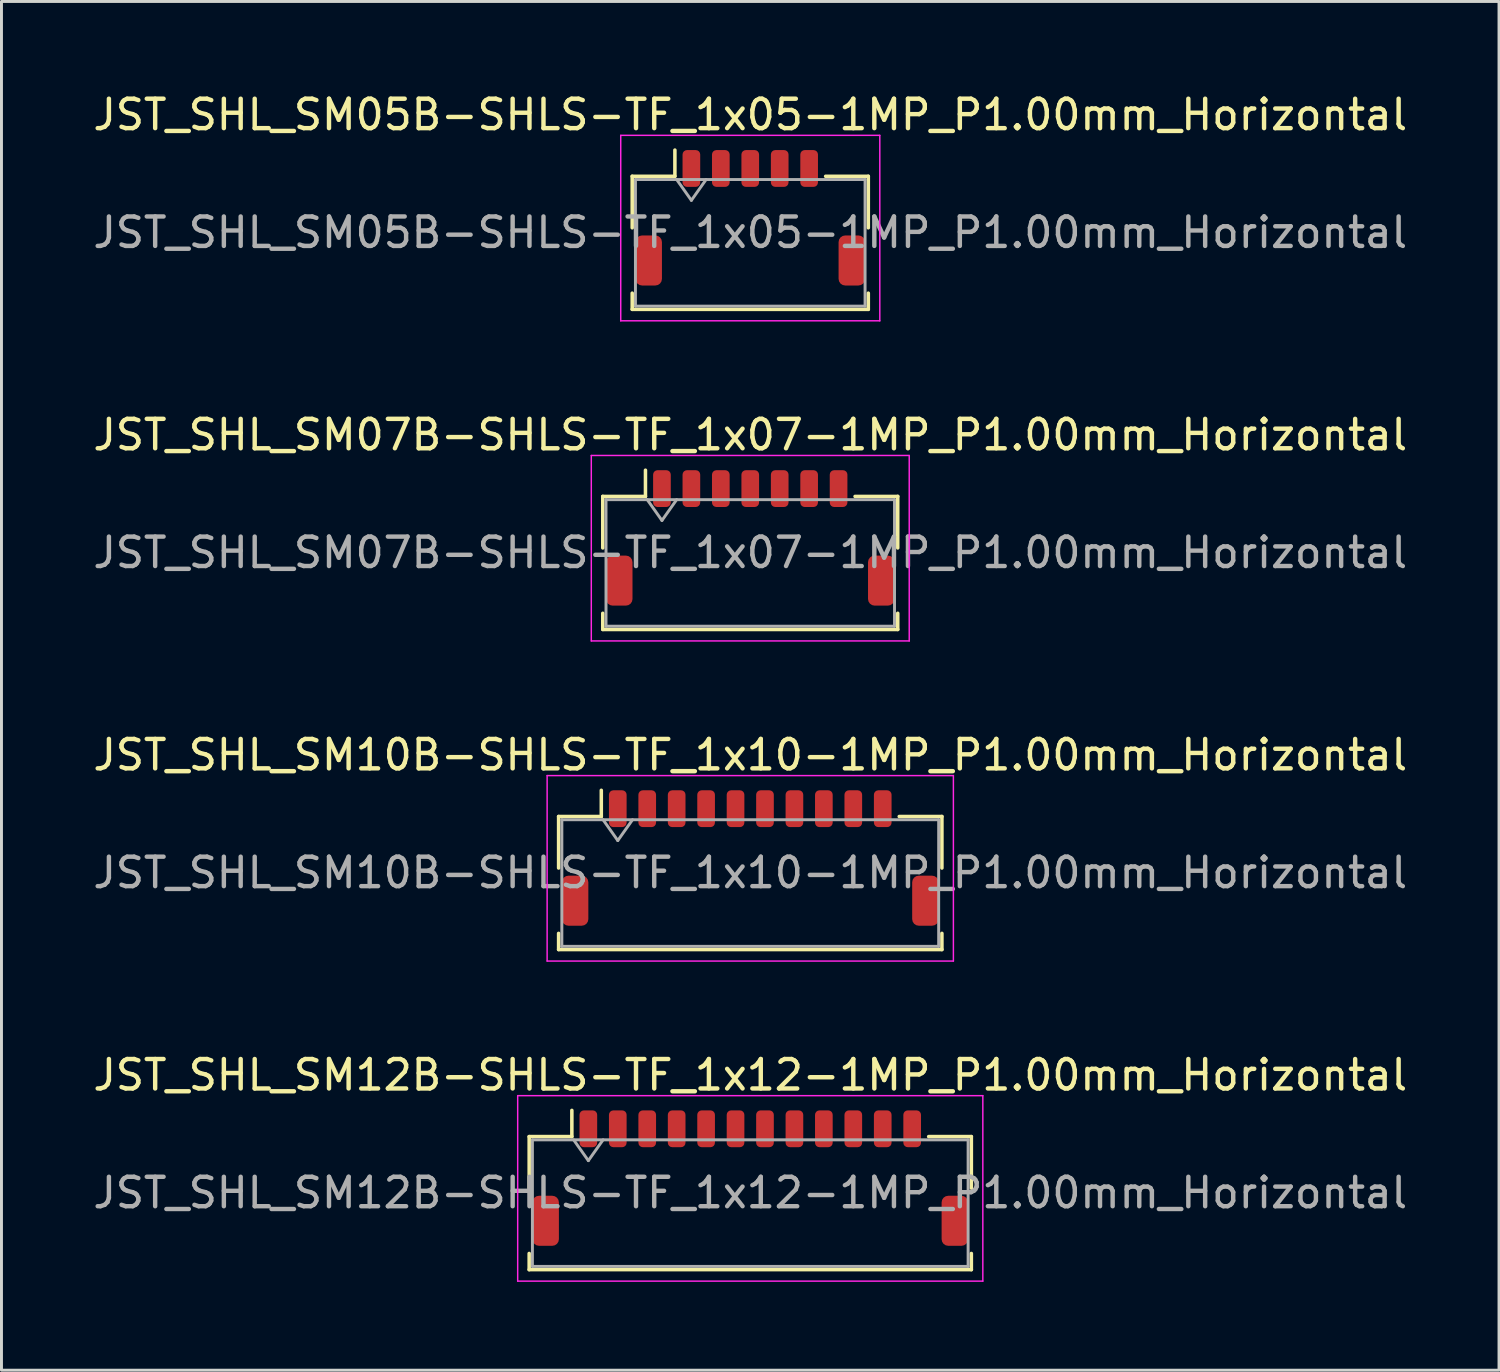
<source format=kicad_pcb>
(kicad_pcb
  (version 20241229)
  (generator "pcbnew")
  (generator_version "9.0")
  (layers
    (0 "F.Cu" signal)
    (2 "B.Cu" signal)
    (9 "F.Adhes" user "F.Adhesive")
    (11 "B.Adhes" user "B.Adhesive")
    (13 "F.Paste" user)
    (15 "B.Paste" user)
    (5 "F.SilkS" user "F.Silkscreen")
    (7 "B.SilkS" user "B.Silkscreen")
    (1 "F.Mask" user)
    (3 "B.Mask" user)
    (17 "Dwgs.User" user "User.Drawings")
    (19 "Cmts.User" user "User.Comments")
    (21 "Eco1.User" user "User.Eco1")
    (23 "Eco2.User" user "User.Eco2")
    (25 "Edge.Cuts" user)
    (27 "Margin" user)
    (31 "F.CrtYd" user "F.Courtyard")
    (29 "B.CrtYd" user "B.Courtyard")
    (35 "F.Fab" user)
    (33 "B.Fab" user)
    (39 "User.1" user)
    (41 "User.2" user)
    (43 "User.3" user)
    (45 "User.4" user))
  (footprint "JST_SHL_SM12B-SHLS-TF_1x12-1MP_P1.00mm_Horizontal"
    (layer "F.Cu")
    (at 22.435 36.968)
    (property "Reference" "JST_SHL_SM12B-SHLS-TF_1x12-1MP_P1.00mm_Horizontal" (at 0 -3.5 0) (layer "F.SilkS") (effects (font (size 1 1) (thickness 0.15))))
    (attr smd)
    (fp_line (start -7.51 -1.41) (end -6.06 -1.41) (stroke (width 0.12) (type solid)) (layer "F.SilkS"))
    (fp_line (start -7.51 0.34) (end -7.51 -1.41) (stroke (width 0.12) (type solid)) (layer "F.SilkS"))
    (fp_line (start -7.51 2.56) (end -7.51 3.11) (stroke (width 0.12) (type solid)) (layer "F.SilkS"))
    (fp_line (start -7.51 3.11) (end 7.51 3.11) (stroke (width 0.12) (type solid)) (layer "F.SilkS"))
    (fp_line (start -6.06 -1.41) (end -6.06 -2.3) (stroke (width 0.12) (type solid)) (layer "F.SilkS"))
    (fp_line (start 7.51 -1.41) (end 6.06 -1.41) (stroke (width 0.12) (type solid)) (layer "F.SilkS"))
    (fp_line (start 7.51 0.34) (end 7.51 -1.41) (stroke (width 0.12) (type solid)) (layer "F.SilkS"))
    (fp_line (start 7.51 3.11) (end 7.51 2.56) (stroke (width 0.12) (type solid)) (layer "F.SilkS"))
    (fp_line (start -7.9 -2.8) (end -7.9 3.5) (stroke (width 0.05) (type solid)) (layer "F.CrtYd"))
    (fp_line (start -7.9 3.5) (end 7.9 3.5) (stroke (width 0.05) (type solid)) (layer "F.CrtYd"))
    (fp_line (start 7.9 -2.8) (end -7.9 -2.8) (stroke (width 0.05) (type solid)) (layer "F.CrtYd"))
    (fp_line (start 7.9 3.5) (end 7.9 -2.8) (stroke (width 0.05) (type solid)) (layer "F.CrtYd"))
    (fp_line (start -7.4 -1.3) (end -7.4 3) (stroke (width 0.1) (type solid)) (layer "F.Fab"))
    (fp_line (start -7.4 -1.3) (end 7.4 -1.3) (stroke (width 0.1) (type solid)) (layer "F.Fab"))
    (fp_line (start -7.4 3) (end 7.4 3) (stroke (width 0.1) (type solid)) (layer "F.Fab"))
    (fp_line (start -6 -1.3) (end -5.5 -0.593) (stroke (width 0.1) (type solid)) (layer "F.Fab"))
    (fp_line (start -5.5 -0.593) (end -5 -1.3) (stroke (width 0.1) (type solid)) (layer "F.Fab"))
    (fp_line (start 7.4 -1.3) (end 7.4 3) (stroke (width 0.1) (type solid)) (layer "F.Fab"))
    (fp_text user "${REFERENCE}" (at 0 0.5 0) (layer "F.Fab") (effects (font (size 1 1) (thickness 0.15))))
    (pad "1" smd roundrect (at -5.5 -1.675) (size 0.6 1.25) (layers "F.Cu" "F.Mask" "F.Paste") (roundrect_rratio 0.25))
    (pad "2" smd roundrect (at -4.5 -1.675) (size 0.6 1.25) (layers "F.Cu" "F.Mask" "F.Paste") (roundrect_rratio 0.25))
    (pad "3" smd roundrect (at -3.5 -1.675) (size 0.6 1.25) (layers "F.Cu" "F.Mask" "F.Paste") (roundrect_rratio 0.25))
    (pad "4" smd roundrect (at -2.5 -1.675) (size 0.6 1.25) (layers "F.Cu" "F.Mask" "F.Paste") (roundrect_rratio 0.25))
    (pad "5" smd roundrect (at -1.5 -1.675) (size 0.6 1.25) (layers "F.Cu" "F.Mask" "F.Paste") (roundrect_rratio 0.25))
    (pad "6" smd roundrect (at -0.5 -1.675) (size 0.6 1.25) (layers "F.Cu" "F.Mask" "F.Paste") (roundrect_rratio 0.25))
    (pad "7" smd roundrect (at 0.5 -1.675) (size 0.6 1.25) (layers "F.Cu" "F.Mask" "F.Paste") (roundrect_rratio 0.25))
    (pad "8" smd roundrect (at 1.5 -1.675) (size 0.6 1.25) (layers "F.Cu" "F.Mask" "F.Paste") (roundrect_rratio 0.25))
    (pad "9" smd roundrect (at 2.5 -1.675) (size 0.6 1.25) (layers "F.Cu" "F.Mask" "F.Paste") (roundrect_rratio 0.25))
    (pad "10" smd roundrect (at 3.5 -1.675) (size 0.6 1.25) (layers "F.Cu" "F.Mask" "F.Paste") (roundrect_rratio 0.25))
    (pad "11" smd roundrect (at 4.5 -1.675) (size 0.6 1.25) (layers "F.Cu" "F.Mask" "F.Paste") (roundrect_rratio 0.25))
    (pad "12" smd roundrect (at 5.5 -1.675) (size 0.6 1.25) (layers "F.Cu" "F.Mask" "F.Paste") (roundrect_rratio 0.25))
    (pad "MP" smd roundrect (at -6.95 1.45) (size 0.9 1.7) (layers "F.Cu" "F.Mask" "F.Paste") (roundrect_rratio 0.25))
    (pad "MP" smd roundrect (at 6.95 1.45) (size 0.9 1.7) (layers "F.Cu" "F.Mask" "F.Paste") (roundrect_rratio 0.25)))
  (footprint "JST_SHL_SM07B-SHLS-TF_1x07-1MP_P1.00mm_Horizontal"
    (layer "F.Cu")
    (at 22.435 15.222)
    (property "Reference" "JST_SHL_SM07B-SHLS-TF_1x07-1MP_P1.00mm_Horizontal" (at 0 -3.5 0) (layer "F.SilkS") (effects (font (size 1 1) (thickness 0.15))))
    (attr smd)
    (fp_line (start -5.01 -1.41) (end -3.56 -1.41) (stroke (width 0.12) (type solid)) (layer "F.SilkS"))
    (fp_line (start -5.01 0.34) (end -5.01 -1.41) (stroke (width 0.12) (type solid)) (layer "F.SilkS"))
    (fp_line (start -5.01 2.56) (end -5.01 3.11) (stroke (width 0.12) (type solid)) (layer "F.SilkS"))
    (fp_line (start -5.01 3.11) (end 5.01 3.11) (stroke (width 0.12) (type solid)) (layer "F.SilkS"))
    (fp_line (start -3.56 -1.41) (end -3.56 -2.3) (stroke (width 0.12) (type solid)) (layer "F.SilkS"))
    (fp_line (start 5.01 -1.41) (end 3.56 -1.41) (stroke (width 0.12) (type solid)) (layer "F.SilkS"))
    (fp_line (start 5.01 0.34) (end 5.01 -1.41) (stroke (width 0.12) (type solid)) (layer "F.SilkS"))
    (fp_line (start 5.01 3.11) (end 5.01 2.56) (stroke (width 0.12) (type solid)) (layer "F.SilkS"))
    (fp_line (start -5.4 -2.8) (end -5.4 3.5) (stroke (width 0.05) (type solid)) (layer "F.CrtYd"))
    (fp_line (start -5.4 3.5) (end 5.4 3.5) (stroke (width 0.05) (type solid)) (layer "F.CrtYd"))
    (fp_line (start 5.4 -2.8) (end -5.4 -2.8) (stroke (width 0.05) (type solid)) (layer "F.CrtYd"))
    (fp_line (start 5.4 3.5) (end 5.4 -2.8) (stroke (width 0.05) (type solid)) (layer "F.CrtYd"))
    (fp_line (start -4.9 -1.3) (end -4.9 3) (stroke (width 0.1) (type solid)) (layer "F.Fab"))
    (fp_line (start -4.9 -1.3) (end 4.9 -1.3) (stroke (width 0.1) (type solid)) (layer "F.Fab"))
    (fp_line (start -4.9 3) (end 4.9 3) (stroke (width 0.1) (type solid)) (layer "F.Fab"))
    (fp_line (start -3.5 -1.3) (end -3 -0.593) (stroke (width 0.1) (type solid)) (layer "F.Fab"))
    (fp_line (start -3 -0.593) (end -2.5 -1.3) (stroke (width 0.1) (type solid)) (layer "F.Fab"))
    (fp_line (start 4.9 -1.3) (end 4.9 3) (stroke (width 0.1) (type solid)) (layer "F.Fab"))
    (fp_text user "${REFERENCE}" (at 0 0.5 0) (layer "F.Fab") (effects (font (size 1 1) (thickness 0.15))))
    (pad "1" smd roundrect (at -3 -1.675) (size 0.6 1.25) (layers "F.Cu" "F.Mask" "F.Paste") (roundrect_rratio 0.25))
    (pad "2" smd roundrect (at -2 -1.675) (size 0.6 1.25) (layers "F.Cu" "F.Mask" "F.Paste") (roundrect_rratio 0.25))
    (pad "3" smd roundrect (at -1 -1.675) (size 0.6 1.25) (layers "F.Cu" "F.Mask" "F.Paste") (roundrect_rratio 0.25))
    (pad "4" smd roundrect (at 0 -1.675) (size 0.6 1.25) (layers "F.Cu" "F.Mask" "F.Paste") (roundrect_rratio 0.25))
    (pad "5" smd roundrect (at 1 -1.675) (size 0.6 1.25) (layers "F.Cu" "F.Mask" "F.Paste") (roundrect_rratio 0.25))
    (pad "6" smd roundrect (at 2 -1.675) (size 0.6 1.25) (layers "F.Cu" "F.Mask" "F.Paste") (roundrect_rratio 0.25))
    (pad "7" smd roundrect (at 3 -1.675) (size 0.6 1.25) (layers "F.Cu" "F.Mask" "F.Paste") (roundrect_rratio 0.25))
    (pad "MP" smd roundrect (at -4.45 1.45) (size 0.9 1.7) (layers "F.Cu" "F.Mask" "F.Paste") (roundrect_rratio 0.25))
    (pad "MP" smd roundrect (at 4.45 1.45) (size 0.9 1.7) (layers "F.Cu" "F.Mask" "F.Paste") (roundrect_rratio 0.25)))
  (footprint "JST_SHL_SM10B-SHLS-TF_1x10-1MP_P1.00mm_Horizontal"
    (layer "F.Cu")
    (at 22.435 26.095)
    (property "Reference" "JST_SHL_SM10B-SHLS-TF_1x10-1MP_P1.00mm_Horizontal" (at 0 -3.5 0) (layer "F.SilkS") (effects (font (size 1 1) (thickness 0.15))))
    (attr smd)
    (fp_line (start -6.51 -1.41) (end -5.06 -1.41) (stroke (width 0.12) (type solid)) (layer "F.SilkS"))
    (fp_line (start -6.51 0.34) (end -6.51 -1.41) (stroke (width 0.12) (type solid)) (layer "F.SilkS"))
    (fp_line (start -6.51 2.56) (end -6.51 3.11) (stroke (width 0.12) (type solid)) (layer "F.SilkS"))
    (fp_line (start -6.51 3.11) (end 6.51 3.11) (stroke (width 0.12) (type solid)) (layer "F.SilkS"))
    (fp_line (start -5.06 -1.41) (end -5.06 -2.3) (stroke (width 0.12) (type solid)) (layer "F.SilkS"))
    (fp_line (start 6.51 -1.41) (end 5.06 -1.41) (stroke (width 0.12) (type solid)) (layer "F.SilkS"))
    (fp_line (start 6.51 0.34) (end 6.51 -1.41) (stroke (width 0.12) (type solid)) (layer "F.SilkS"))
    (fp_line (start 6.51 3.11) (end 6.51 2.56) (stroke (width 0.12) (type solid)) (layer "F.SilkS"))
    (fp_line (start -6.9 -2.8) (end -6.9 3.5) (stroke (width 0.05) (type solid)) (layer "F.CrtYd"))
    (fp_line (start -6.9 3.5) (end 6.9 3.5) (stroke (width 0.05) (type solid)) (layer "F.CrtYd"))
    (fp_line (start 6.9 -2.8) (end -6.9 -2.8) (stroke (width 0.05) (type solid)) (layer "F.CrtYd"))
    (fp_line (start 6.9 3.5) (end 6.9 -2.8) (stroke (width 0.05) (type solid)) (layer "F.CrtYd"))
    (fp_line (start -6.4 -1.3) (end -6.4 3) (stroke (width 0.1) (type solid)) (layer "F.Fab"))
    (fp_line (start -6.4 -1.3) (end 6.4 -1.3) (stroke (width 0.1) (type solid)) (layer "F.Fab"))
    (fp_line (start -6.4 3) (end 6.4 3) (stroke (width 0.1) (type solid)) (layer "F.Fab"))
    (fp_line (start -5 -1.3) (end -4.5 -0.593) (stroke (width 0.1) (type solid)) (layer "F.Fab"))
    (fp_line (start -4.5 -0.593) (end -4 -1.3) (stroke (width 0.1) (type solid)) (layer "F.Fab"))
    (fp_line (start 6.4 -1.3) (end 6.4 3) (stroke (width 0.1) (type solid)) (layer "F.Fab"))
    (fp_text user "${REFERENCE}" (at 0 0.5 0) (layer "F.Fab") (effects (font (size 1 1) (thickness 0.15))))
    (pad "1" smd roundrect (at -4.5 -1.675) (size 0.6 1.25) (layers "F.Cu" "F.Mask" "F.Paste") (roundrect_rratio 0.25))
    (pad "2" smd roundrect (at -3.5 -1.675) (size 0.6 1.25) (layers "F.Cu" "F.Mask" "F.Paste") (roundrect_rratio 0.25))
    (pad "3" smd roundrect (at -2.5 -1.675) (size 0.6 1.25) (layers "F.Cu" "F.Mask" "F.Paste") (roundrect_rratio 0.25))
    (pad "4" smd roundrect (at -1.5 -1.675) (size 0.6 1.25) (layers "F.Cu" "F.Mask" "F.Paste") (roundrect_rratio 0.25))
    (pad "5" smd roundrect (at -0.5 -1.675) (size 0.6 1.25) (layers "F.Cu" "F.Mask" "F.Paste") (roundrect_rratio 0.25))
    (pad "6" smd roundrect (at 0.5 -1.675) (size 0.6 1.25) (layers "F.Cu" "F.Mask" "F.Paste") (roundrect_rratio 0.25))
    (pad "7" smd roundrect (at 1.5 -1.675) (size 0.6 1.25) (layers "F.Cu" "F.Mask" "F.Paste") (roundrect_rratio 0.25))
    (pad "8" smd roundrect (at 2.5 -1.675) (size 0.6 1.25) (layers "F.Cu" "F.Mask" "F.Paste") (roundrect_rratio 0.25))
    (pad "9" smd roundrect (at 3.5 -1.675) (size 0.6 1.25) (layers "F.Cu" "F.Mask" "F.Paste") (roundrect_rratio 0.25))
    (pad "10" smd roundrect (at 4.5 -1.675) (size 0.6 1.25) (layers "F.Cu" "F.Mask" "F.Paste") (roundrect_rratio 0.25))
    (pad "MP" smd roundrect (at -5.95 1.45) (size 0.9 1.7) (layers "F.Cu" "F.Mask" "F.Paste") (roundrect_rratio 0.25))
    (pad "MP" smd roundrect (at 5.95 1.45) (size 0.9 1.7) (layers "F.Cu" "F.Mask" "F.Paste") (roundrect_rratio 0.25)))
  (footprint "JST_SHL_SM05B-SHLS-TF_1x05-1MP_P1.00mm_Horizontal"
    (layer "F.Cu")
    (at 22.435 4.348)
    (property "Reference" "JST_SHL_SM05B-SHLS-TF_1x05-1MP_P1.00mm_Horizontal" (at 0 -3.5 0) (layer "F.SilkS") (effects (font (size 1 1) (thickness 0.15))))
    (attr smd)
    (fp_line (start -4.01 -1.41) (end -2.56 -1.41) (stroke (width 0.12) (type solid)) (layer "F.SilkS"))
    (fp_line (start -4.01 0.34) (end -4.01 -1.41) (stroke (width 0.12) (type solid)) (layer "F.SilkS"))
    (fp_line (start -4.01 2.56) (end -4.01 3.11) (stroke (width 0.12) (type solid)) (layer "F.SilkS"))
    (fp_line (start -4.01 3.11) (end 4.01 3.11) (stroke (width 0.12) (type solid)) (layer "F.SilkS"))
    (fp_line (start -2.56 -1.41) (end -2.56 -2.3) (stroke (width 0.12) (type solid)) (layer "F.SilkS"))
    (fp_line (start 4.01 -1.41) (end 2.56 -1.41) (stroke (width 0.12) (type solid)) (layer "F.SilkS"))
    (fp_line (start 4.01 0.34) (end 4.01 -1.41) (stroke (width 0.12) (type solid)) (layer "F.SilkS"))
    (fp_line (start 4.01 3.11) (end 4.01 2.56) (stroke (width 0.12) (type solid)) (layer "F.SilkS"))
    (fp_line (start -4.4 -2.8) (end -4.4 3.5) (stroke (width 0.05) (type solid)) (layer "F.CrtYd"))
    (fp_line (start -4.4 3.5) (end 4.4 3.5) (stroke (width 0.05) (type solid)) (layer "F.CrtYd"))
    (fp_line (start 4.4 -2.8) (end -4.4 -2.8) (stroke (width 0.05) (type solid)) (layer "F.CrtYd"))
    (fp_line (start 4.4 3.5) (end 4.4 -2.8) (stroke (width 0.05) (type solid)) (layer "F.CrtYd"))
    (fp_line (start -3.9 -1.3) (end -3.9 3) (stroke (width 0.1) (type solid)) (layer "F.Fab"))
    (fp_line (start -3.9 -1.3) (end 3.9 -1.3) (stroke (width 0.1) (type solid)) (layer "F.Fab"))
    (fp_line (start -3.9 3) (end 3.9 3) (stroke (width 0.1) (type solid)) (layer "F.Fab"))
    (fp_line (start -2.5 -1.3) (end -2 -0.593) (stroke (width 0.1) (type solid)) (layer "F.Fab"))
    (fp_line (start -2 -0.593) (end -1.5 -1.3) (stroke (width 0.1) (type solid)) (layer "F.Fab"))
    (fp_line (start 3.9 -1.3) (end 3.9 3) (stroke (width 0.1) (type solid)) (layer "F.Fab"))
    (fp_text user "${REFERENCE}" (at 0 0.5 0) (layer "F.Fab") (effects (font (size 1 1) (thickness 0.15))))
    (pad "1" smd roundrect (at -2 -1.675) (size 0.6 1.25) (layers "F.Cu" "F.Mask" "F.Paste") (roundrect_rratio 0.25))
    (pad "2" smd roundrect (at -1 -1.675) (size 0.6 1.25) (layers "F.Cu" "F.Mask" "F.Paste") (roundrect_rratio 0.25))
    (pad "3" smd roundrect (at 0 -1.675) (size 0.6 1.25) (layers "F.Cu" "F.Mask" "F.Paste") (roundrect_rratio 0.25))
    (pad "4" smd roundrect (at 1 -1.675) (size 0.6 1.25) (layers "F.Cu" "F.Mask" "F.Paste") (roundrect_rratio 0.25))
    (pad "5" smd roundrect (at 2 -1.675) (size 0.6 1.25) (layers "F.Cu" "F.Mask" "F.Paste") (roundrect_rratio 0.25))
    (pad "MP" smd roundrect (at -3.45 1.45) (size 0.9 1.7) (layers "F.Cu" "F.Mask" "F.Paste") (roundrect_rratio 0.25))
    (pad "MP" smd roundrect (at 3.45 1.45) (size 0.9 1.7) (layers "F.Cu" "F.Mask" "F.Paste") (roundrect_rratio 0.25)))
  (gr_rect
    (start -3 -3)
    (end 47.869 43.493)
    (stroke (width 0.1) (type default))
    (fill no)
    (layer "Edge.Cuts")))
</source>
